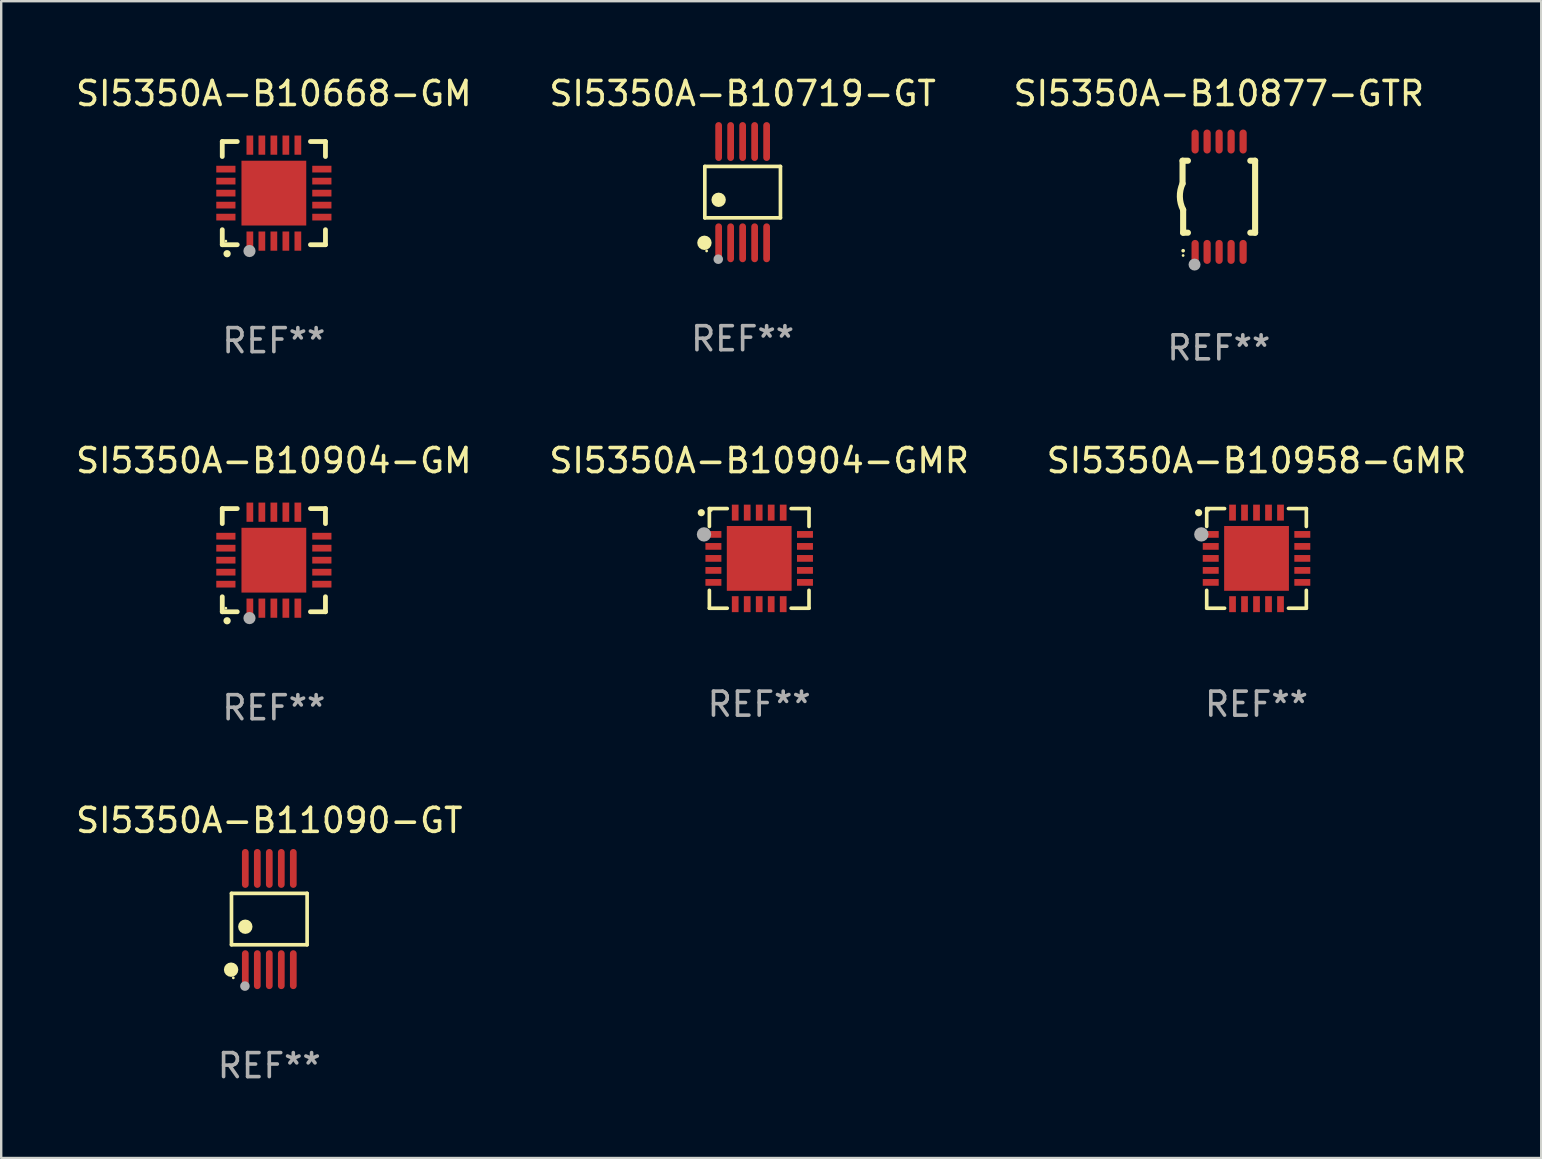
<source format=kicad_pcb>
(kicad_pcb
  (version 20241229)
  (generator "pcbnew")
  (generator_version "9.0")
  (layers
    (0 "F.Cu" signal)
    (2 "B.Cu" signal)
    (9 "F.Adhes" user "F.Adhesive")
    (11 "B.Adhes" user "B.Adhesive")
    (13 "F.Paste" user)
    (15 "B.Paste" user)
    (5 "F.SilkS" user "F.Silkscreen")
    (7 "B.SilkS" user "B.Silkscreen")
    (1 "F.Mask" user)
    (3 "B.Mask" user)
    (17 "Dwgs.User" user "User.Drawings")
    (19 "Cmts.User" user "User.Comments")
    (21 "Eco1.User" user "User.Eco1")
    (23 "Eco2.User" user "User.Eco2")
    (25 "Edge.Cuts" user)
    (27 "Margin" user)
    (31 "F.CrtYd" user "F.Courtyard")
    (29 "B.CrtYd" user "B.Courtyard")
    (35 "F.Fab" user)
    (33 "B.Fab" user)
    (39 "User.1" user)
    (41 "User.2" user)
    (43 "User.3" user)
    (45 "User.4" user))
  (footprint "SI5350A-B10904-GM"
    (layer "F.Cu")
    (at 8.363 20.295)
    (property "Reference" "SI5350A-B10904-GM" (at 0 -4.15 0) (layer "F.SilkS") (effects (font (size 1 1) (thickness 0.15))))
    (attr through_hole)
    (fp_line (start -2.15 -2.15) (end -2.15 -1.525) (stroke (width 0.2) (type solid)) (layer "F.SilkS"))
    (fp_line (start -2.15 2.15) (end -2.15 1.525) (stroke (width 0.2) (type solid)) (layer "F.SilkS"))
    (fp_line (start -1.525 -2.15) (end -2.15 -2.15) (stroke (width 0.2) (type solid)) (layer "F.SilkS"))
    (fp_line (start -1.525 2.15) (end -2.15 2.15) (stroke (width 0.2) (type solid)) (layer "F.SilkS"))
    (fp_line (start 1.525 2.15) (end 2.15 2.15) (stroke (width 0.2) (type solid)) (layer "F.SilkS"))
    (fp_line (start 2.15 -2.15) (end 1.525 -2.15) (stroke (width 0.2) (type solid)) (layer "F.SilkS"))
    (fp_line (start 2.15 -1.525) (end 2.15 -2.15) (stroke (width 0.2) (type solid)) (layer "F.SilkS"))
    (fp_line (start 2.15 2.15) (end 2.15 1.525) (stroke (width 0.2) (type solid)) (layer "F.SilkS"))
    (fp_arc (start -1.950724 2.524765) (mid -1.949454 2.52476) (end -1.948184 2.524765) (stroke (width 0.3) (type solid)) (layer "F.SilkS"))
    (fp_circle (center -2 2) (end -1.97 2) (stroke (width 0.06) (type solid)) (fill no) (layer "F.SilkS"))
    (fp_circle (center -1.016 2.413) (end -0.889 2.413) (stroke (width 0.254) (type solid)) (fill no) (layer "F.Fab"))
    (fp_text user "REF**" (at 0 6.15 0) (layer "F.Fab") (effects (font (size 1 1) (thickness 0.15))))
    (pad "1" smd rect (at -1 2) (size 0.28 0.8) (layers "F.Cu" "F.Mask" "F.Paste"))
    (pad "2" smd rect (at -0.5 2) (size 0.28 0.8) (layers "F.Cu" "F.Mask" "F.Paste"))
    (pad "3" smd rect (at 0 2) (size 0.28 0.8) (layers "F.Cu" "F.Mask" "F.Paste"))
    (pad "4" smd rect (at 0.5 2) (size 0.28 0.8) (layers "F.Cu" "F.Mask" "F.Paste"))
    (pad "5" smd rect (at 1 2) (size 0.28 0.8) (layers "F.Cu" "F.Mask" "F.Paste"))
    (pad "6" smd rect (at 2 1) (size 0.8 0.28) (layers "F.Cu" "F.Mask" "F.Paste"))
    (pad "7" smd rect (at 2 0.5) (size 0.8 0.28) (layers "F.Cu" "F.Mask" "F.Paste"))
    (pad "8" smd rect (at 2 0) (size 0.8 0.28) (layers "F.Cu" "F.Mask" "F.Paste"))
    (pad "9" smd rect (at 2 -0.5) (size 0.8 0.28) (layers "F.Cu" "F.Mask" "F.Paste"))
    (pad "10" smd rect (at 2 -1) (size 0.8 0.28) (layers "F.Cu" "F.Mask" "F.Paste"))
    (pad "11" smd rect (at 1 -2) (size 0.28 0.8) (layers "F.Cu" "F.Mask" "F.Paste"))
    (pad "12" smd rect (at 0.5 -2) (size 0.28 0.8) (layers "F.Cu" "F.Mask" "F.Paste"))
    (pad "13" smd rect (at 0 -2) (size 0.28 0.8) (layers "F.Cu" "F.Mask" "F.Paste"))
    (pad "14" smd rect (at -0.5 -2) (size 0.28 0.8) (layers "F.Cu" "F.Mask" "F.Paste"))
    (pad "15" smd rect (at -1 -2) (size 0.28 0.8) (layers "F.Cu" "F.Mask" "F.Paste"))
    (pad "16" smd rect (at -2 -1) (size 0.8 0.28) (layers "F.Cu" "F.Mask" "F.Paste"))
    (pad "17" smd rect (at -2 -0.5) (size 0.8 0.28) (layers "F.Cu" "F.Mask" "F.Paste"))
    (pad "18" smd rect (at -2 0) (size 0.8 0.28) (layers "F.Cu" "F.Mask" "F.Paste"))
    (pad "19" smd rect (at -2 0.5) (size 0.8 0.28) (layers "F.Cu" "F.Mask" "F.Paste"))
    (pad "20" smd rect (at -2 1) (size 0.8 0.28) (layers "F.Cu" "F.Mask" "F.Paste"))
    (pad "21" smd rect (at 0 0) (size 2.7 2.7) (layers "F.Cu" "F.Mask" "F.Paste")))
  (footprint "SI5350A-B10958-GMR"
    (layer "F.Cu")
    (at 49.315 20.221)
    (property "Reference" "SI5350A-B10958-GMR" (at 0 -4.076 0) (layer "F.SilkS") (effects (font (size 1 1) (thickness 0.15))))
    (attr through_hole)
    (fp_line (start -2.076 -2.076) (end -2.076 -1.331) (stroke (width 0.152) (type solid)) (layer "F.SilkS"))
    (fp_line (start -2.076 2.076) (end -2.076 1.331) (stroke (width 0.152) (type solid)) (layer "F.SilkS"))
    (fp_line (start -1.331 -2.076) (end -2.076 -2.076) (stroke (width 0.152) (type solid)) (layer "F.SilkS"))
    (fp_line (start -1.331 2.076) (end -2.076 2.076) (stroke (width 0.152) (type solid)) (layer "F.SilkS"))
    (fp_line (start 1.331 -2.076) (end 2.076 -2.076) (stroke (width 0.152) (type solid)) (layer "F.SilkS"))
    (fp_line (start 1.331 2.076) (end 2.076 2.076) (stroke (width 0.152) (type solid)) (layer "F.SilkS"))
    (fp_line (start 2.076 -2.076) (end 2.076 -1.331) (stroke (width 0.152) (type solid)) (layer "F.SilkS"))
    (fp_line (start 2.076 2.076) (end 2.076 1.331) (stroke (width 0.152) (type solid)) (layer "F.SilkS"))
    (fp_circle (center -2.413 -1.905) (end -2.338 -1.905) (stroke (width 0.15) (type solid)) (fill no) (layer "F.SilkS"))
    (fp_circle (center -2 -2) (end -1.97 -2) (stroke (width 0.06) (type solid)) (fill no) (layer "F.SilkS"))
    (fp_circle (center -2.3 -1) (end -2.15 -1) (stroke (width 0.3) (type solid)) (fill no) (layer "F.Fab"))
    (fp_text user "REF**" (at 0 6.076 0) (layer "F.Fab") (effects (font (size 1 1) (thickness 0.15))))
    (pad "1" smd rect (at -1.908 -1) (size 0.665 0.28) (layers "F.Cu" "F.Mask" "F.Paste"))
    (pad "2" smd rect (at -1.908 -0.5) (size 0.665 0.28) (layers "F.Cu" "F.Mask" "F.Paste"))
    (pad "3" smd rect (at -1.908 0) (size 0.665 0.28) (layers "F.Cu" "F.Mask" "F.Paste"))
    (pad "4" smd rect (at -1.908 0.5) (size 0.665 0.28) (layers "F.Cu" "F.Mask" "F.Paste"))
    (pad "5" smd rect (at -1.908 1) (size 0.665 0.28) (layers "F.Cu" "F.Mask" "F.Paste"))
    (pad "6" smd rect (at -1 1.908) (size 0.28 0.665) (layers "F.Cu" "F.Mask" "F.Paste"))
    (pad "7" smd rect (at -0.5 1.908) (size 0.28 0.665) (layers "F.Cu" "F.Mask" "F.Paste"))
    (pad "8" smd rect (at 0 1.908) (size 0.28 0.665) (layers "F.Cu" "F.Mask" "F.Paste"))
    (pad "9" smd rect (at 0.5 1.908) (size 0.28 0.665) (layers "F.Cu" "F.Mask" "F.Paste"))
    (pad "10" smd rect (at 1 1.908) (size 0.28 0.665) (layers "F.Cu" "F.Mask" "F.Paste"))
    (pad "11" smd rect (at 1.908 1) (size 0.665 0.28) (layers "F.Cu" "F.Mask" "F.Paste"))
    (pad "12" smd rect (at 1.908 0.5) (size 0.665 0.28) (layers "F.Cu" "F.Mask" "F.Paste"))
    (pad "13" smd rect (at 1.908 0) (size 0.665 0.28) (layers "F.Cu" "F.Mask" "F.Paste"))
    (pad "14" smd rect (at 1.908 -0.5) (size 0.665 0.28) (layers "F.Cu" "F.Mask" "F.Paste"))
    (pad "15" smd rect (at 1.908 -1) (size 0.665 0.28) (layers "F.Cu" "F.Mask" "F.Paste"))
    (pad "16" smd rect (at 1 -1.908) (size 0.28 0.665) (layers "F.Cu" "F.Mask" "F.Paste"))
    (pad "17" smd rect (at 0.5 -1.908) (size 0.28 0.665) (layers "F.Cu" "F.Mask" "F.Paste"))
    (pad "18" smd rect (at 0 -1.908) (size 0.28 0.665) (layers "F.Cu" "F.Mask" "F.Paste"))
    (pad "19" smd rect (at -0.5 -1.908) (size 0.28 0.665) (layers "F.Cu" "F.Mask" "F.Paste"))
    (pad "20" smd rect (at -1 -1.908) (size 0.28 0.665) (layers "F.Cu" "F.Mask" "F.Paste"))
    (pad "21" smd rect (at 0 0) (size 2.7 2.7) (layers "F.Cu" "F.Mask" "F.Paste")))
  (footprint "SI5350A-B11090-GT"
    (layer "F.Cu")
    (at 8.173 35.251)
    (property "Reference" "SI5350A-B11090-GT" (at 0 -4.11 0) (layer "F.SilkS") (effects (font (size 1 1) (thickness 0.15))))
    (attr through_hole)
    (fp_line (start -1.576 -1.071) (end 1.576 -1.071) (stroke (width 0.152) (type solid)) (layer "F.SilkS"))
    (fp_line (start -1.576 1.071) (end -1.576 -1.071) (stroke (width 0.152) (type solid)) (layer "F.SilkS"))
    (fp_line (start 1.576 -1.071) (end 1.576 1.071) (stroke (width 0.152) (type solid)) (layer "F.SilkS"))
    (fp_line (start 1.576 1.071) (end -1.576 1.071) (stroke (width 0.152) (type solid)) (layer "F.SilkS"))
    (fp_circle (center -1.592 2.11) (end -1.442 2.11) (stroke (width 0.3) (type solid)) (fill no) (layer "F.SilkS"))
    (fp_circle (center -1.5 2.45) (end -1.47 2.45) (stroke (width 0.06) (type solid)) (fill no) (layer "F.SilkS"))
    (fp_circle (center -1 0.319) (end -0.85 0.319) (stroke (width 0.3) (type solid)) (fill no) (layer "F.SilkS"))
    (fp_circle (center -1.016 2.794) (end -0.916 2.794) (stroke (width 0.2) (type solid)) (fill no) (layer "F.Fab"))
    (fp_text user "REF**" (at 0 6.11 0) (layer "F.Fab") (effects (font (size 1 1) (thickness 0.15))))
    (pad "1" smd oval (at -1 2.11) (size 0.28 1.62) (layers "F.Cu" "F.Mask" "F.Paste"))
    (pad "2" smd oval (at -0.5 2.11) (size 0.28 1.62) (layers "F.Cu" "F.Mask" "F.Paste"))
    (pad "3" smd oval (at 0 2.11) (size 0.28 1.62) (layers "F.Cu" "F.Mask" "F.Paste"))
    (pad "4" smd oval (at 0.5 2.11) (size 0.28 1.62) (layers "F.Cu" "F.Mask" "F.Paste"))
    (pad "5" smd oval (at 1 2.11) (size 0.28 1.62) (layers "F.Cu" "F.Mask" "F.Paste"))
    (pad "6" smd oval (at 1 -2.11) (size 0.28 1.62) (layers "F.Cu" "F.Mask" "F.Paste"))
    (pad "7" smd oval (at 0.5 -2.11) (size 0.28 1.62) (layers "F.Cu" "F.Mask" "F.Paste"))
    (pad "8" smd oval (at 0 -2.11) (size 0.28 1.62) (layers "F.Cu" "F.Mask" "F.Paste"))
    (pad "9" smd oval (at -0.5 -2.11) (size 0.28 1.62) (layers "F.Cu" "F.Mask" "F.Paste"))
    (pad "10" smd oval (at -1 -2.11) (size 0.28 1.62) (layers "F.Cu" "F.Mask" "F.Paste")))
  (footprint "SI5350A-B10877-GTR"
    (layer "F.Cu")
    (at 47.744 5.148)
    (property "Reference" "SI5350A-B10877-GTR" (at 0 -4.3 0) (layer "F.SilkS") (effects (font (size 1 1) (thickness 0.15))))
    (attr through_hole)
    (fp_line (start -1.512 -1.5) (end -1.512 -0.546) (stroke (width 0.254) (type solid)) (layer "F.SilkS"))
    (fp_line (start -1.487 0.546) (end -1.487 1.5) (stroke (width 0.254) (type solid)) (layer "F.SilkS"))
    (fp_line (start -1.288 -1.5) (end -1.512 -1.5) (stroke (width 0.254) (type solid)) (layer "F.SilkS"))
    (fp_line (start -1.288 1.5) (end -1.487 1.5) (stroke (width 0.254) (type solid)) (layer "F.SilkS"))
    (fp_line (start 1.512 -1.5) (end 1.312 -1.5) (stroke (width 0.254) (type solid)) (layer "F.SilkS"))
    (fp_line (start 1.512 -1.5) (end 1.512 1.5) (stroke (width 0.254) (type solid)) (layer "F.SilkS"))
    (fp_line (start 1.512 1.5) (end 1.312 1.5) (stroke (width 0.254) (type solid)) (layer "F.SilkS"))
    (fp_arc (start -1.487998 2.250013) (mid -1.486728 2.250007) (end -1.485458 2.250013) (stroke (width 0.150013) (type solid)) (layer "F.SilkS"))
    (fp_arc (start -1.486602 0.546102) (mid -1.624196 0.002905) (end -1.512002 -0.546101) (stroke (width 0.254001) (type solid)) (layer "F.SilkS"))
    (fp_circle (center -1.488 2.45) (end -1.458 2.45) (stroke (width 0.06) (type solid)) (fill no) (layer "F.SilkS"))
    (fp_circle (center -1.012 2.828) (end -0.887 2.828) (stroke (width 0.25) (type solid)) (fill no) (layer "F.Fab"))
    (fp_text user "REF**" (at 0 6.3 0) (layer "F.Fab") (effects (font (size 1 1) (thickness 0.15))))
    (pad "1" smd oval (at -0.988 2.3) (size 0.3 1) (layers "F.Cu" "F.Mask" "F.Paste"))
    (pad "2" smd oval (at -0.488 2.3) (size 0.3 1) (layers "F.Cu" "F.Mask" "F.Paste"))
    (pad "3" smd oval (at 0.012 2.3) (size 0.3 1) (layers "F.Cu" "F.Mask" "F.Paste"))
    (pad "4" smd oval (at 0.512 2.3) (size 0.3 1) (layers "F.Cu" "F.Mask" "F.Paste"))
    (pad "5" smd oval (at 1.012 2.3) (size 0.3 1) (layers "F.Cu" "F.Mask" "F.Paste"))
    (pad "6" smd oval (at 1.012 -2.3) (size 0.3 1) (layers "F.Cu" "F.Mask" "F.Paste"))
    (pad "7" smd oval (at 0.512 -2.3) (size 0.3 1) (layers "F.Cu" "F.Mask" "F.Paste"))
    (pad "8" smd oval (at 0.012 -2.3) (size 0.3 1) (layers "F.Cu" "F.Mask" "F.Paste"))
    (pad "9" smd oval (at -0.488 -2.3) (size 0.3 1) (layers "F.Cu" "F.Mask" "F.Paste"))
    (pad "10" smd oval (at -0.988 -2.3) (size 0.3 1) (layers "F.Cu" "F.Mask" "F.Paste")))
  (footprint "SI5350A-B10668-GM"
    (layer "F.Cu")
    (at 8.363 4.998)
    (property "Reference" "SI5350A-B10668-GM" (at 0 -4.15 0) (layer "F.SilkS") (effects (font (size 1 1) (thickness 0.15))))
    (attr through_hole)
    (fp_line (start -2.15 -2.15) (end -2.15 -1.525) (stroke (width 0.2) (type solid)) (layer "F.SilkS"))
    (fp_line (start -2.15 2.15) (end -2.15 1.525) (stroke (width 0.2) (type solid)) (layer "F.SilkS"))
    (fp_line (start -1.525 -2.15) (end -2.15 -2.15) (stroke (width 0.2) (type solid)) (layer "F.SilkS"))
    (fp_line (start -1.525 2.15) (end -2.15 2.15) (stroke (width 0.2) (type solid)) (layer "F.SilkS"))
    (fp_line (start 1.525 2.15) (end 2.15 2.15) (stroke (width 0.2) (type solid)) (layer "F.SilkS"))
    (fp_line (start 2.15 -2.15) (end 1.525 -2.15) (stroke (width 0.2) (type solid)) (layer "F.SilkS"))
    (fp_line (start 2.15 -1.525) (end 2.15 -2.15) (stroke (width 0.2) (type solid)) (layer "F.SilkS"))
    (fp_line (start 2.15 2.15) (end 2.15 1.525) (stroke (width 0.2) (type solid)) (layer "F.SilkS"))
    (fp_arc (start -1.950724 2.524765) (mid -1.949454 2.52476) (end -1.948184 2.524765) (stroke (width 0.3) (type solid)) (layer "F.SilkS"))
    (fp_circle (center -2 2) (end -1.97 2) (stroke (width 0.06) (type solid)) (fill no) (layer "F.SilkS"))
    (fp_circle (center -1.016 2.413) (end -0.889 2.413) (stroke (width 0.254) (type solid)) (fill no) (layer "F.Fab"))
    (fp_text user "REF**" (at 0 6.15 0) (layer "F.Fab") (effects (font (size 1 1) (thickness 0.15))))
    (pad "1" smd rect (at -1 2) (size 0.28 0.8) (layers "F.Cu" "F.Mask" "F.Paste"))
    (pad "2" smd rect (at -0.5 2) (size 0.28 0.8) (layers "F.Cu" "F.Mask" "F.Paste"))
    (pad "3" smd rect (at 0 2) (size 0.28 0.8) (layers "F.Cu" "F.Mask" "F.Paste"))
    (pad "4" smd rect (at 0.5 2) (size 0.28 0.8) (layers "F.Cu" "F.Mask" "F.Paste"))
    (pad "5" smd rect (at 1 2) (size 0.28 0.8) (layers "F.Cu" "F.Mask" "F.Paste"))
    (pad "6" smd rect (at 2 1) (size 0.8 0.28) (layers "F.Cu" "F.Mask" "F.Paste"))
    (pad "7" smd rect (at 2 0.5) (size 0.8 0.28) (layers "F.Cu" "F.Mask" "F.Paste"))
    (pad "8" smd rect (at 2 0) (size 0.8 0.28) (layers "F.Cu" "F.Mask" "F.Paste"))
    (pad "9" smd rect (at 2 -0.5) (size 0.8 0.28) (layers "F.Cu" "F.Mask" "F.Paste"))
    (pad "10" smd rect (at 2 -1) (size 0.8 0.28) (layers "F.Cu" "F.Mask" "F.Paste"))
    (pad "11" smd rect (at 1 -2) (size 0.28 0.8) (layers "F.Cu" "F.Mask" "F.Paste"))
    (pad "12" smd rect (at 0.5 -2) (size 0.28 0.8) (layers "F.Cu" "F.Mask" "F.Paste"))
    (pad "13" smd rect (at 0 -2) (size 0.28 0.8) (layers "F.Cu" "F.Mask" "F.Paste"))
    (pad "14" smd rect (at -0.5 -2) (size 0.28 0.8) (layers "F.Cu" "F.Mask" "F.Paste"))
    (pad "15" smd rect (at -1 -2) (size 0.28 0.8) (layers "F.Cu" "F.Mask" "F.Paste"))
    (pad "16" smd rect (at -2 -1) (size 0.8 0.28) (layers "F.Cu" "F.Mask" "F.Paste"))
    (pad "17" smd rect (at -2 -0.5) (size 0.8 0.28) (layers "F.Cu" "F.Mask" "F.Paste"))
    (pad "18" smd rect (at -2 0) (size 0.8 0.28) (layers "F.Cu" "F.Mask" "F.Paste"))
    (pad "19" smd rect (at -2 0.5) (size 0.8 0.28) (layers "F.Cu" "F.Mask" "F.Paste"))
    (pad "20" smd rect (at -2 1) (size 0.8 0.28) (layers "F.Cu" "F.Mask" "F.Paste"))
    (pad "21" smd rect (at 0 0) (size 2.7 2.7) (layers "F.Cu" "F.Mask" "F.Paste")))
  (footprint "SI5350A-B10719-GT"
    (layer "F.Cu")
    (at 27.899 4.958)
    (property "Reference" "SI5350A-B10719-GT" (at 0 -4.11 0) (layer "F.SilkS") (effects (font (size 1 1) (thickness 0.15))))
    (attr through_hole)
    (fp_line (start -1.576 -1.071) (end 1.576 -1.071) (stroke (width 0.152) (type solid)) (layer "F.SilkS"))
    (fp_line (start -1.576 1.071) (end -1.576 -1.071) (stroke (width 0.152) (type solid)) (layer "F.SilkS"))
    (fp_line (start 1.576 -1.071) (end 1.576 1.071) (stroke (width 0.152) (type solid)) (layer "F.SilkS"))
    (fp_line (start 1.576 1.071) (end -1.576 1.071) (stroke (width 0.152) (type solid)) (layer "F.SilkS"))
    (fp_circle (center -1.592 2.11) (end -1.442 2.11) (stroke (width 0.3) (type solid)) (fill no) (layer "F.SilkS"))
    (fp_circle (center -1.5 2.45) (end -1.47 2.45) (stroke (width 0.06) (type solid)) (fill no) (layer "F.SilkS"))
    (fp_circle (center -1 0.319) (end -0.85 0.319) (stroke (width 0.3) (type solid)) (fill no) (layer "F.SilkS"))
    (fp_circle (center -1.016 2.794) (end -0.916 2.794) (stroke (width 0.2) (type solid)) (fill no) (layer "F.Fab"))
    (fp_text user "REF**" (at 0 6.11 0) (layer "F.Fab") (effects (font (size 1 1) (thickness 0.15))))
    (pad "1" smd oval (at -1 2.11) (size 0.28 1.62) (layers "F.Cu" "F.Mask" "F.Paste"))
    (pad "2" smd oval (at -0.5 2.11) (size 0.28 1.62) (layers "F.Cu" "F.Mask" "F.Paste"))
    (pad "3" smd oval (at 0 2.11) (size 0.28 1.62) (layers "F.Cu" "F.Mask" "F.Paste"))
    (pad "4" smd oval (at 0.5 2.11) (size 0.28 1.62) (layers "F.Cu" "F.Mask" "F.Paste"))
    (pad "5" smd oval (at 1 2.11) (size 0.28 1.62) (layers "F.Cu" "F.Mask" "F.Paste"))
    (pad "6" smd oval (at 1 -2.11) (size 0.28 1.62) (layers "F.Cu" "F.Mask" "F.Paste"))
    (pad "7" smd oval (at 0.5 -2.11) (size 0.28 1.62) (layers "F.Cu" "F.Mask" "F.Paste"))
    (pad "8" smd oval (at 0 -2.11) (size 0.28 1.62) (layers "F.Cu" "F.Mask" "F.Paste"))
    (pad "9" smd oval (at -0.5 -2.11) (size 0.28 1.62) (layers "F.Cu" "F.Mask" "F.Paste"))
    (pad "10" smd oval (at -1 -2.11) (size 0.28 1.62) (layers "F.Cu" "F.Mask" "F.Paste")))
  (footprint "SI5350A-B10904-GMR"
    (layer "F.Cu")
    (at 28.589 20.221)
    (property "Reference" "SI5350A-B10904-GMR" (at 0 -4.076 0) (layer "F.SilkS") (effects (font (size 1 1) (thickness 0.15))))
    (attr through_hole)
    (fp_line (start -2.076 -2.076) (end -2.076 -1.331) (stroke (width 0.152) (type solid)) (layer "F.SilkS"))
    (fp_line (start -2.076 2.076) (end -2.076 1.331) (stroke (width 0.152) (type solid)) (layer "F.SilkS"))
    (fp_line (start -1.331 -2.076) (end -2.076 -2.076) (stroke (width 0.152) (type solid)) (layer "F.SilkS"))
    (fp_line (start -1.331 2.076) (end -2.076 2.076) (stroke (width 0.152) (type solid)) (layer "F.SilkS"))
    (fp_line (start 1.331 -2.076) (end 2.076 -2.076) (stroke (width 0.152) (type solid)) (layer "F.SilkS"))
    (fp_line (start 1.331 2.076) (end 2.076 2.076) (stroke (width 0.152) (type solid)) (layer "F.SilkS"))
    (fp_line (start 2.076 -2.076) (end 2.076 -1.331) (stroke (width 0.152) (type solid)) (layer "F.SilkS"))
    (fp_line (start 2.076 2.076) (end 2.076 1.331) (stroke (width 0.152) (type solid)) (layer "F.SilkS"))
    (fp_circle (center -2.413 -1.905) (end -2.338 -1.905) (stroke (width 0.15) (type solid)) (fill no) (layer "F.SilkS"))
    (fp_circle (center -2 -2) (end -1.97 -2) (stroke (width 0.06) (type solid)) (fill no) (layer "F.SilkS"))
    (fp_circle (center -2.3 -1) (end -2.15 -1) (stroke (width 0.3) (type solid)) (fill no) (layer "F.Fab"))
    (fp_text user "REF**" (at 0 6.076 0) (layer "F.Fab") (effects (font (size 1 1) (thickness 0.15))))
    (pad "1" smd rect (at -1.908 -1) (size 0.665 0.28) (layers "F.Cu" "F.Mask" "F.Paste"))
    (pad "2" smd rect (at -1.908 -0.5) (size 0.665 0.28) (layers "F.Cu" "F.Mask" "F.Paste"))
    (pad "3" smd rect (at -1.908 0) (size 0.665 0.28) (layers "F.Cu" "F.Mask" "F.Paste"))
    (pad "4" smd rect (at -1.908 0.5) (size 0.665 0.28) (layers "F.Cu" "F.Mask" "F.Paste"))
    (pad "5" smd rect (at -1.908 1) (size 0.665 0.28) (layers "F.Cu" "F.Mask" "F.Paste"))
    (pad "6" smd rect (at -1 1.908) (size 0.28 0.665) (layers "F.Cu" "F.Mask" "F.Paste"))
    (pad "7" smd rect (at -0.5 1.908) (size 0.28 0.665) (layers "F.Cu" "F.Mask" "F.Paste"))
    (pad "8" smd rect (at 0 1.908) (size 0.28 0.665) (layers "F.Cu" "F.Mask" "F.Paste"))
    (pad "9" smd rect (at 0.5 1.908) (size 0.28 0.665) (layers "F.Cu" "F.Mask" "F.Paste"))
    (pad "10" smd rect (at 1 1.908) (size 0.28 0.665) (layers "F.Cu" "F.Mask" "F.Paste"))
    (pad "11" smd rect (at 1.908 1) (size 0.665 0.28) (layers "F.Cu" "F.Mask" "F.Paste"))
    (pad "12" smd rect (at 1.908 0.5) (size 0.665 0.28) (layers "F.Cu" "F.Mask" "F.Paste"))
    (pad "13" smd rect (at 1.908 0) (size 0.665 0.28) (layers "F.Cu" "F.Mask" "F.Paste"))
    (pad "14" smd rect (at 1.908 -0.5) (size 0.665 0.28) (layers "F.Cu" "F.Mask" "F.Paste"))
    (pad "15" smd rect (at 1.908 -1) (size 0.665 0.28) (layers "F.Cu" "F.Mask" "F.Paste"))
    (pad "16" smd rect (at 1 -1.908) (size 0.28 0.665) (layers "F.Cu" "F.Mask" "F.Paste"))
    (pad "17" smd rect (at 0.5 -1.908) (size 0.28 0.665) (layers "F.Cu" "F.Mask" "F.Paste"))
    (pad "18" smd rect (at 0 -1.908) (size 0.28 0.665) (layers "F.Cu" "F.Mask" "F.Paste"))
    (pad "19" smd rect (at -0.5 -1.908) (size 0.28 0.665) (layers "F.Cu" "F.Mask" "F.Paste"))
    (pad "20" smd rect (at -1 -1.908) (size 0.28 0.665) (layers "F.Cu" "F.Mask" "F.Paste"))
    (pad "21" smd rect (at 0 0) (size 2.7 2.7) (layers "F.Cu" "F.Mask" "F.Paste")))
  (gr_rect
    (start -3 -3)
    (end 61.179 45.209)
    (stroke (width 0.1) (type default))
    (fill no)
    (layer "Edge.Cuts")))
</source>
